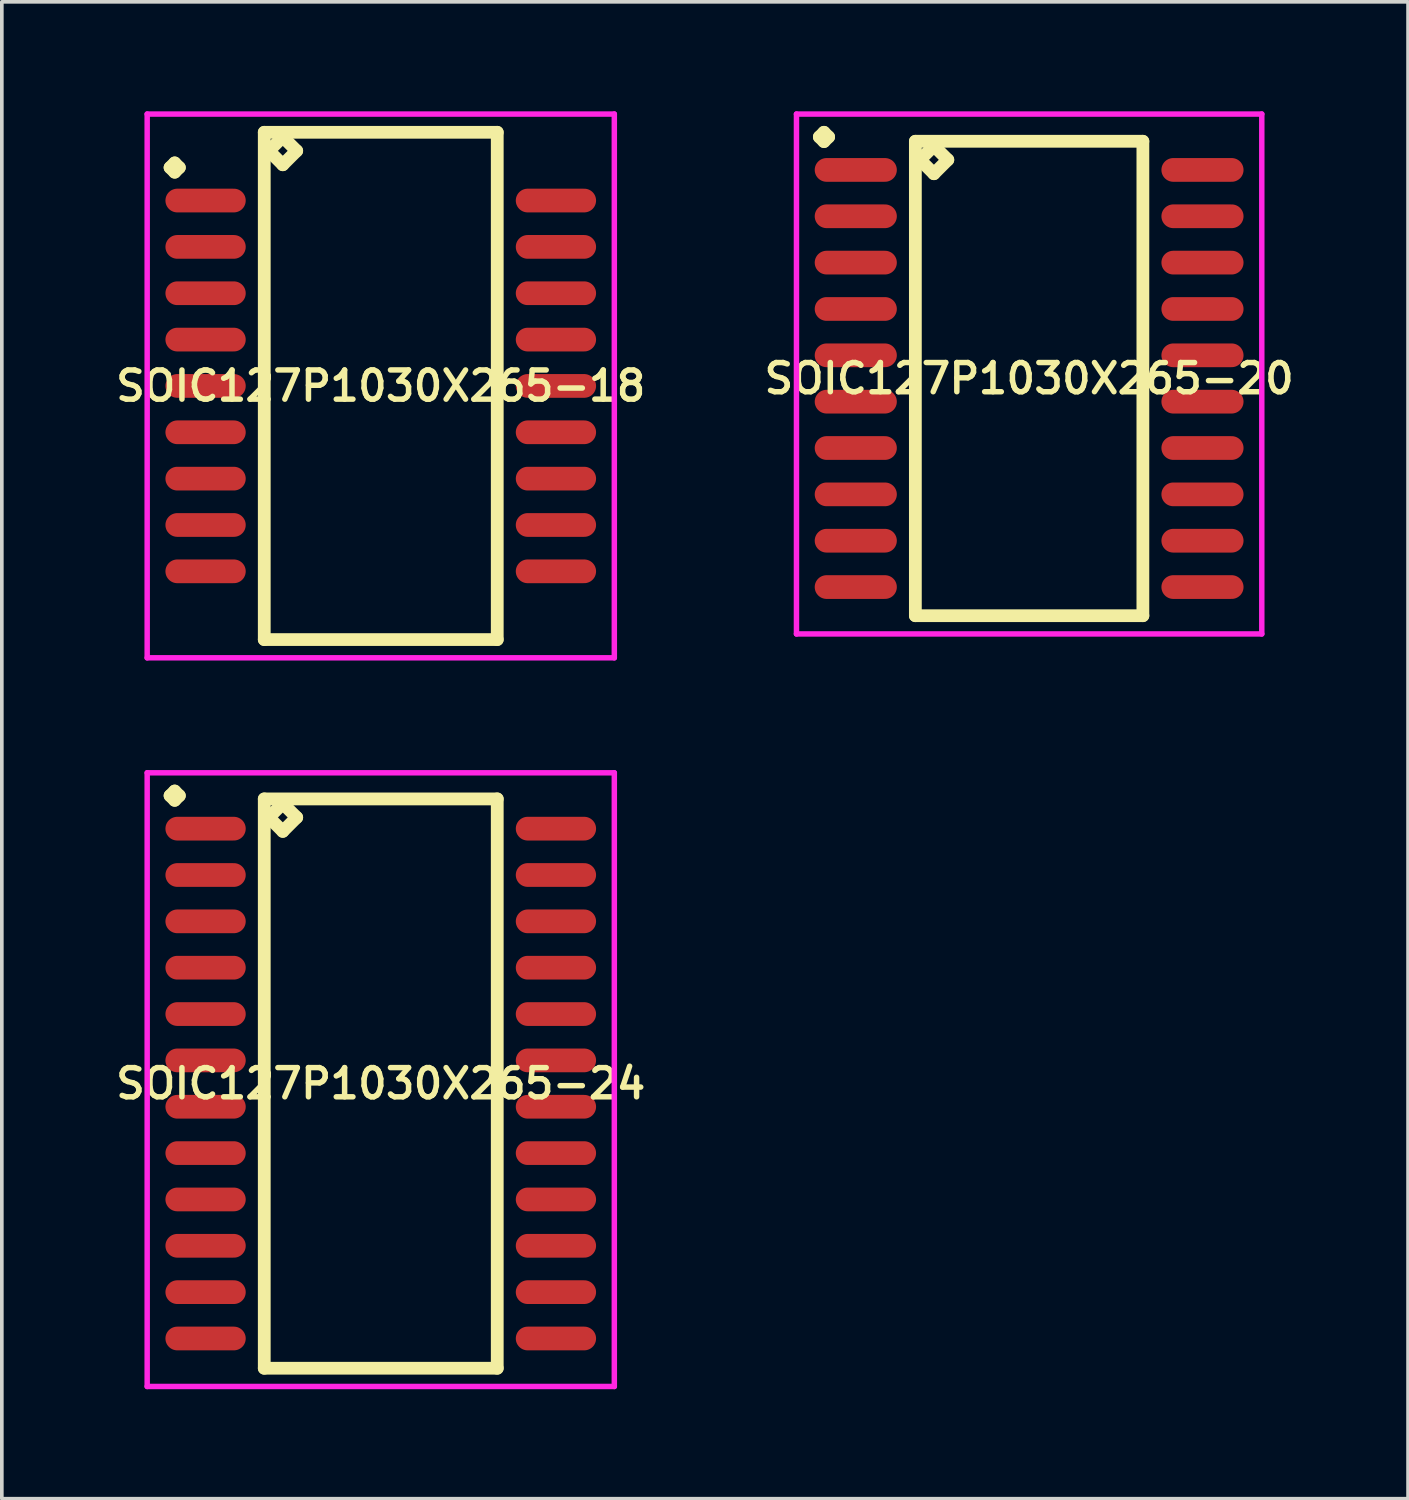
<source format=kicad_pcb>
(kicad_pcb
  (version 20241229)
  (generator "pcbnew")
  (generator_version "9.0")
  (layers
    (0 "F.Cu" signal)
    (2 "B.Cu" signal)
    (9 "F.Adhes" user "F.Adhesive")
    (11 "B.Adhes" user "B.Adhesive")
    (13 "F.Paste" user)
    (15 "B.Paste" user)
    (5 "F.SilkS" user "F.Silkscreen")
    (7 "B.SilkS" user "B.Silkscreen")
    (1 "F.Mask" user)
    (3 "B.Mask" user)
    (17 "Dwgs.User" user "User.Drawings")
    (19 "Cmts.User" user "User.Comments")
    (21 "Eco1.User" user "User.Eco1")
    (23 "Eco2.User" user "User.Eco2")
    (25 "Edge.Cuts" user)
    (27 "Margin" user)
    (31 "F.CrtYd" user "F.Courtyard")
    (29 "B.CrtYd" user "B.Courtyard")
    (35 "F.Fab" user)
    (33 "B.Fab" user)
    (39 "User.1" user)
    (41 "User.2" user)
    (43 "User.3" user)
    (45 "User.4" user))
  (footprint "SOIC127P1030X265-20"
    (layer "F.Cu")
    (at 25.149 7.321)
    (property "Reference" "SOIC127P1030X265-20" (at 0 0 0) (layer "F.SilkS") (effects (font (size 0.8 0.8) (thickness 0.15))))
    (attr smd)
    (fp_line (start -5.748 -6.619) (end -5.621 -6.746) (stroke (width 0.35) (type solid)) (layer "F.SilkS"))
    (fp_line (start -5.621 -6.746) (end -5.494 -6.619) (stroke (width 0.35) (type solid)) (layer "F.SilkS"))
    (fp_line (start -5.621 -6.492) (end -5.748 -6.619) (stroke (width 0.35) (type solid)) (layer "F.SilkS"))
    (fp_line (start -5.494 -6.619) (end -5.621 -6.492) (stroke (width 0.35) (type solid)) (layer "F.SilkS"))
    (fp_line (start -3.117 -6.5) (end -3.117 6.5) (stroke (width 0.35) (type solid)) (layer "F.SilkS"))
    (fp_line (start -3.117 6.5) (end 3.117 6.5) (stroke (width 0.35) (type solid)) (layer "F.SilkS"))
    (fp_line (start -2.99 -5.992) (end -2.609 -6.373) (stroke (width 0.35) (type solid)) (layer "F.SilkS"))
    (fp_line (start -2.609 -6.373) (end -2.228 -5.992) (stroke (width 0.35) (type solid)) (layer "F.SilkS"))
    (fp_line (start -2.609 -5.611) (end -2.99 -5.992) (stroke (width 0.35) (type solid)) (layer "F.SilkS"))
    (fp_line (start -2.228 -5.992) (end -2.609 -5.611) (stroke (width 0.35) (type solid)) (layer "F.SilkS"))
    (fp_line (start 3.117 -6.5) (end -3.117 -6.5) (stroke (width 0.35) (type solid)) (layer "F.SilkS"))
    (fp_line (start 3.117 6.5) (end 3.117 -6.5) (stroke (width 0.35) (type solid)) (layer "F.SilkS"))
    (fp_line (start -6.375 -7.246) (end 6.375 -7.246) (stroke (width 0.15) (type solid)) (layer "F.CrtYd"))
    (fp_line (start -6.375 7) (end -6.375 -7.246) (stroke (width 0.15) (type solid)) (layer "F.CrtYd"))
    (fp_line (start 6.375 -7.246) (end 6.375 7) (stroke (width 0.15) (type solid)) (layer "F.CrtYd"))
    (fp_line (start 6.375 7) (end -6.375 7) (stroke (width 0.15) (type solid)) (layer "F.CrtYd"))
    (pad "1" smd oval (at -4.75 -5.715) (size 2.25 0.65) (layers "F.Cu" "F.Mask" "F.Paste"))
    (pad "2" smd oval (at -4.75 -4.445) (size 2.25 0.65) (layers "F.Cu" "F.Mask" "F.Paste"))
    (pad "3" smd oval (at -4.75 -3.175) (size 2.25 0.65) (layers "F.Cu" "F.Mask" "F.Paste"))
    (pad "4" smd oval (at -4.75 -1.905) (size 2.25 0.65) (layers "F.Cu" "F.Mask" "F.Paste"))
    (pad "5" smd oval (at -4.75 -0.635) (size 2.25 0.65) (layers "F.Cu" "F.Mask" "F.Paste"))
    (pad "6" smd oval (at -4.75 0.635) (size 2.25 0.65) (layers "F.Cu" "F.Mask" "F.Paste"))
    (pad "7" smd oval (at -4.75 1.905) (size 2.25 0.65) (layers "F.Cu" "F.Mask" "F.Paste"))
    (pad "8" smd oval (at -4.75 3.175) (size 2.25 0.65) (layers "F.Cu" "F.Mask" "F.Paste"))
    (pad "9" smd oval (at -4.75 4.445) (size 2.25 0.65) (layers "F.Cu" "F.Mask" "F.Paste"))
    (pad "10" smd oval (at -4.75 5.715) (size 2.25 0.65) (layers "F.Cu" "F.Mask" "F.Paste"))
    (pad "11" smd oval (at 4.75 5.715) (size 2.25 0.65) (layers "F.Cu" "F.Mask" "F.Paste"))
    (pad "12" smd oval (at 4.75 4.445) (size 2.25 0.65) (layers "F.Cu" "F.Mask" "F.Paste"))
    (pad "13" smd oval (at 4.75 3.175) (size 2.25 0.65) (layers "F.Cu" "F.Mask" "F.Paste"))
    (pad "14" smd oval (at 4.75 1.905) (size 2.25 0.65) (layers "F.Cu" "F.Mask" "F.Paste"))
    (pad "15" smd oval (at 4.75 0.635) (size 2.25 0.65) (layers "F.Cu" "F.Mask" "F.Paste"))
    (pad "16" smd oval (at 4.75 -0.635) (size 2.25 0.65) (layers "F.Cu" "F.Mask" "F.Paste"))
    (pad "17" smd oval (at 4.75 -1.905) (size 2.25 0.65) (layers "F.Cu" "F.Mask" "F.Paste"))
    (pad "18" smd oval (at 4.75 -3.175) (size 2.25 0.65) (layers "F.Cu" "F.Mask" "F.Paste"))
    (pad "19" smd oval (at 4.75 -4.445) (size 2.25 0.65) (layers "F.Cu" "F.Mask" "F.Paste"))
    (pad "20" smd oval (at 4.75 -5.715) (size 2.25 0.65) (layers "F.Cu" "F.Mask" "F.Paste")))
  (footprint "SOIC127P1030X265-18"
    (layer "F.Cu")
    (at 7.383 7.525)
    (property "Reference" "SOIC127P1030X265-18" (at 0 0 0) (layer "F.SilkS") (effects (font (size 0.8 0.8) (thickness 0.15))))
    (attr through_hole)
    (fp_line (start -5.773 -5.984) (end -5.646 -6.111) (stroke (width 0.35) (type solid)) (layer "F.SilkS"))
    (fp_line (start -5.646 -6.111) (end -5.519 -5.984) (stroke (width 0.35) (type solid)) (layer "F.SilkS"))
    (fp_line (start -5.646 -5.857) (end -5.773 -5.984) (stroke (width 0.35) (type solid)) (layer "F.SilkS"))
    (fp_line (start -5.519 -5.984) (end -5.646 -5.857) (stroke (width 0.35) (type solid)) (layer "F.SilkS"))
    (fp_line (start -3.192 -6.95) (end -3.192 6.95) (stroke (width 0.35) (type solid)) (layer "F.SilkS"))
    (fp_line (start -3.192 6.95) (end 3.192 6.95) (stroke (width 0.35) (type solid)) (layer "F.SilkS"))
    (fp_line (start -3.065 -6.442) (end -2.684 -6.823) (stroke (width 0.35) (type solid)) (layer "F.SilkS"))
    (fp_line (start -2.684 -6.823) (end -2.303 -6.442) (stroke (width 0.35) (type solid)) (layer "F.SilkS"))
    (fp_line (start -2.684 -6.061) (end -3.065 -6.442) (stroke (width 0.35) (type solid)) (layer "F.SilkS"))
    (fp_line (start -2.303 -6.442) (end -2.684 -6.061) (stroke (width 0.35) (type solid)) (layer "F.SilkS"))
    (fp_line (start 3.192 -6.95) (end -3.192 -6.95) (stroke (width 0.35) (type solid)) (layer "F.SilkS"))
    (fp_line (start 3.192 6.95) (end 3.192 -6.95) (stroke (width 0.35) (type solid)) (layer "F.SilkS"))
    (fp_line (start -6.4 -7.45) (end 6.4 -7.45) (stroke (width 0.15) (type solid)) (layer "F.CrtYd"))
    (fp_line (start -6.4 7.45) (end -6.4 -7.45) (stroke (width 0.15) (type solid)) (layer "F.CrtYd"))
    (fp_line (start 6.4 -7.45) (end 6.4 7.45) (stroke (width 0.15) (type solid)) (layer "F.CrtYd"))
    (fp_line (start 6.4 7.45) (end -6.4 7.45) (stroke (width 0.15) (type solid)) (layer "F.CrtYd"))
    (pad "1" smd oval (at -4.8 -5.08) (size 2.2 0.65) (layers "F.Cu" "F.Mask" "F.Paste"))
    (pad "2" smd oval (at -4.8 -3.81) (size 2.2 0.65) (layers "F.Cu" "F.Mask" "F.Paste"))
    (pad "3" smd oval (at -4.8 -2.54) (size 2.2 0.65) (layers "F.Cu" "F.Mask" "F.Paste"))
    (pad "4" smd oval (at -4.8 -1.27) (size 2.2 0.65) (layers "F.Cu" "F.Mask" "F.Paste"))
    (pad "5" smd oval (at -4.8 0) (size 2.2 0.65) (layers "F.Cu" "F.Mask" "F.Paste"))
    (pad "6" smd oval (at -4.8 1.27) (size 2.2 0.65) (layers "F.Cu" "F.Mask" "F.Paste"))
    (pad "7" smd oval (at -4.8 2.54) (size 2.2 0.65) (layers "F.Cu" "F.Mask" "F.Paste"))
    (pad "8" smd oval (at -4.8 3.81) (size 2.2 0.65) (layers "F.Cu" "F.Mask" "F.Paste"))
    (pad "9" smd oval (at -4.8 5.08) (size 2.2 0.65) (layers "F.Cu" "F.Mask" "F.Paste"))
    (pad "10" smd oval (at 4.8 5.08) (size 2.2 0.65) (layers "F.Cu" "F.Mask" "F.Paste"))
    (pad "11" smd oval (at 4.8 3.81) (size 2.2 0.65) (layers "F.Cu" "F.Mask" "F.Paste"))
    (pad "12" smd oval (at 4.8 2.54) (size 2.2 0.65) (layers "F.Cu" "F.Mask" "F.Paste"))
    (pad "13" smd oval (at 4.8 1.27) (size 2.2 0.65) (layers "F.Cu" "F.Mask" "F.Paste"))
    (pad "14" smd oval (at 4.8 0) (size 2.2 0.65) (layers "F.Cu" "F.Mask" "F.Paste"))
    (pad "15" smd oval (at 4.8 -1.27) (size 2.2 0.65) (layers "F.Cu" "F.Mask" "F.Paste"))
    (pad "16" smd oval (at 4.8 -2.54) (size 2.2 0.65) (layers "F.Cu" "F.Mask" "F.Paste"))
    (pad "17" smd oval (at 4.8 -3.81) (size 2.2 0.65) (layers "F.Cu" "F.Mask" "F.Paste"))
    (pad "18" smd oval (at 4.8 -5.08) (size 2.2 0.65) (layers "F.Cu" "F.Mask" "F.Paste")))
  (footprint "SOIC127P1030X265-24"
    (layer "F.Cu")
    (at 7.383 26.641)
    (property "Reference" "SOIC127P1030X265-24" (at 0 0 0) (layer "F.SilkS") (effects (font (size 0.8 0.8) (thickness 0.15))))
    (attr smd)
    (fp_line (start -5.773 -7.889) (end -5.646 -8.016) (stroke (width 0.35) (type solid)) (layer "F.SilkS"))
    (fp_line (start -5.646 -8.016) (end -5.519 -7.889) (stroke (width 0.35) (type solid)) (layer "F.SilkS"))
    (fp_line (start -5.646 -7.762) (end -5.773 -7.889) (stroke (width 0.35) (type solid)) (layer "F.SilkS"))
    (fp_line (start -5.519 -7.889) (end -5.646 -7.762) (stroke (width 0.35) (type solid)) (layer "F.SilkS"))
    (fp_line (start -3.192 -7.8) (end -3.192 7.8) (stroke (width 0.35) (type solid)) (layer "F.SilkS"))
    (fp_line (start -3.192 7.8) (end 3.192 7.8) (stroke (width 0.35) (type solid)) (layer "F.SilkS"))
    (fp_line (start -3.065 -7.292) (end -2.684 -7.673) (stroke (width 0.35) (type solid)) (layer "F.SilkS"))
    (fp_line (start -2.684 -7.673) (end -2.303 -7.292) (stroke (width 0.35) (type solid)) (layer "F.SilkS"))
    (fp_line (start -2.684 -6.911) (end -3.065 -7.292) (stroke (width 0.35) (type solid)) (layer "F.SilkS"))
    (fp_line (start -2.303 -7.292) (end -2.684 -6.911) (stroke (width 0.35) (type solid)) (layer "F.SilkS"))
    (fp_line (start 3.192 -7.8) (end -3.192 -7.8) (stroke (width 0.35) (type solid)) (layer "F.SilkS"))
    (fp_line (start 3.192 7.8) (end 3.192 -7.8) (stroke (width 0.35) (type solid)) (layer "F.SilkS"))
    (fp_line (start -6.4 -8.516) (end 6.4 -8.516) (stroke (width 0.15) (type solid)) (layer "F.CrtYd"))
    (fp_line (start -6.4 8.3) (end -6.4 -8.516) (stroke (width 0.15) (type solid)) (layer "F.CrtYd"))
    (fp_line (start 6.4 -8.516) (end 6.4 8.3) (stroke (width 0.15) (type solid)) (layer "F.CrtYd"))
    (fp_line (start 6.4 8.3) (end -6.4 8.3) (stroke (width 0.15) (type solid)) (layer "F.CrtYd"))
    (pad "1" smd oval (at -4.8 -6.985) (size 2.2 0.65) (layers "F.Cu" "F.Mask" "F.Paste"))
    (pad "2" smd oval (at -4.8 -5.715) (size 2.2 0.65) (layers "F.Cu" "F.Mask" "F.Paste"))
    (pad "3" smd oval (at -4.8 -4.445) (size 2.2 0.65) (layers "F.Cu" "F.Mask" "F.Paste"))
    (pad "4" smd oval (at -4.8 -3.175) (size 2.2 0.65) (layers "F.Cu" "F.Mask" "F.Paste"))
    (pad "5" smd oval (at -4.8 -1.905) (size 2.2 0.65) (layers "F.Cu" "F.Mask" "F.Paste"))
    (pad "6" smd oval (at -4.8 -0.635) (size 2.2 0.65) (layers "F.Cu" "F.Mask" "F.Paste"))
    (pad "7" smd oval (at -4.8 0.635) (size 2.2 0.65) (layers "F.Cu" "F.Mask" "F.Paste"))
    (pad "8" smd oval (at -4.8 1.905) (size 2.2 0.65) (layers "F.Cu" "F.Mask" "F.Paste"))
    (pad "9" smd oval (at -4.8 3.175) (size 2.2 0.65) (layers "F.Cu" "F.Mask" "F.Paste"))
    (pad "10" smd oval (at -4.8 4.445) (size 2.2 0.65) (layers "F.Cu" "F.Mask" "F.Paste"))
    (pad "11" smd oval (at -4.8 5.715) (size 2.2 0.65) (layers "F.Cu" "F.Mask" "F.Paste"))
    (pad "12" smd oval (at -4.8 6.985) (size 2.2 0.65) (layers "F.Cu" "F.Mask" "F.Paste"))
    (pad "13" smd oval (at 4.8 6.985) (size 2.2 0.65) (layers "F.Cu" "F.Mask" "F.Paste"))
    (pad "14" smd oval (at 4.8 5.715) (size 2.2 0.65) (layers "F.Cu" "F.Mask" "F.Paste"))
    (pad "15" smd oval (at 4.8 4.445) (size 2.2 0.65) (layers "F.Cu" "F.Mask" "F.Paste"))
    (pad "16" smd oval (at 4.8 3.175) (size 2.2 0.65) (layers "F.Cu" "F.Mask" "F.Paste"))
    (pad "17" smd oval (at 4.8 1.905) (size 2.2 0.65) (layers "F.Cu" "F.Mask" "F.Paste"))
    (pad "18" smd oval (at 4.8 0.635) (size 2.2 0.65) (layers "F.Cu" "F.Mask" "F.Paste"))
    (pad "19" smd oval (at 4.8 -0.635) (size 2.2 0.65) (layers "F.Cu" "F.Mask" "F.Paste"))
    (pad "20" smd oval (at 4.8 -1.905) (size 2.2 0.65) (layers "F.Cu" "F.Mask" "F.Paste"))
    (pad "21" smd oval (at 4.8 -3.175) (size 2.2 0.65) (layers "F.Cu" "F.Mask" "F.Paste"))
    (pad "22" smd oval (at 4.8 -4.445) (size 2.2 0.65) (layers "F.Cu" "F.Mask" "F.Paste"))
    (pad "23" smd oval (at 4.8 -5.715) (size 2.2 0.65) (layers "F.Cu" "F.Mask" "F.Paste"))
    (pad "24" smd oval (at 4.8 -6.985) (size 2.2 0.65) (layers "F.Cu" "F.Mask" "F.Paste")))
  (gr_rect
    (start -3 -3)
    (end 35.532 38.016)
    (stroke (width 0.1) (type default))
    (fill no)
    (layer "Edge.Cuts")))
</source>
